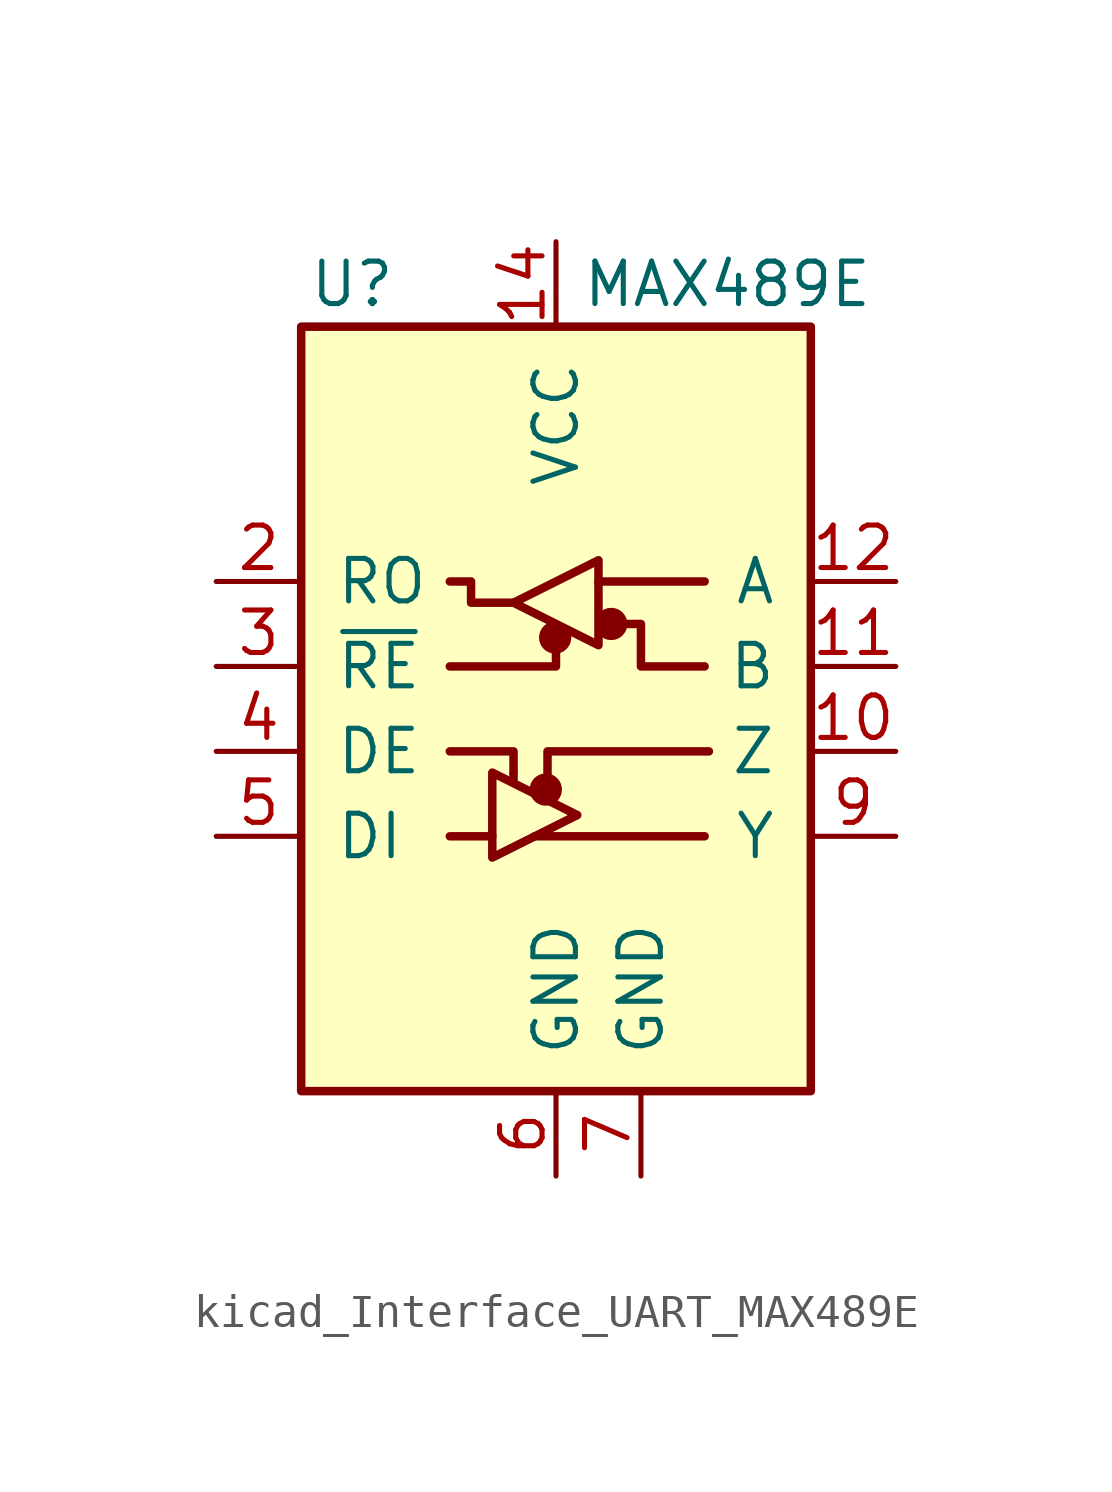
<source format=kicad_sym>
(kicad_symbol_lib
  (version 20220914)
  (generator kicad_symbol_editor)
  (symbol "kicad_Interface_UART_MAX489E"
    (pin_names
      (offset 1.016))
    (property "Reference" "U"
      (at -6.096 11.43 0)
      (effects (font (size 1.27 1.27))))
    (property "Value" "MAX489E"
      (at 0.762 11.43 0)
      (effects (font (size 1.27 1.27)) (justify left)))
    (symbol "kicad_Interface_UART_MAX489E_0_1"
      (rectangle (start -7.62 10.16) (end 7.62 -12.7) (stroke (width 0.254) (type default)) (fill (type background)))
      (circle (center -0.305 -3.683) (radius 0.356) (stroke (width 0.254) (type default)) (fill (type outline)))
      (circle (center -0.025 0.864) (radius 0.356) (stroke (width 0.254) (type default)) (fill (type outline)))
      (polyline (pts (xy -3.175 -5.08) (xy -1.905 -5.08)) (stroke (width 0.254) (type default)) (fill (type none)))
      (polyline (pts (xy -1.27 -3.2) (xy -1.27 -3.454)) (stroke (width 0.254) (type default)) (fill (type none)))
      (polyline (pts (xy -0.635 -5.08) (xy 4.445 -5.08)) (stroke (width 0.254) (type default)) (fill (type none)))
      (polyline (pts (xy 1.27 2.54) (xy 4.445 2.54)) (stroke (width 0.254) (type default)) (fill (type none)))
      (polyline (pts (xy -3.175 -2.54) (xy -1.27 -2.54) (xy -1.27 -3.175)) (stroke (width 0.254) (type default)) (fill (type none)))
      (polyline (pts (xy -0.254 -3.556) (xy -0.254 -2.54) (xy 4.572 -2.54)) (stroke (width 0.254) (type default)) (fill (type none)))
      (polyline (pts (xy 0 0.635) (xy 0 0) (xy -3.175 0)) (stroke (width 0.254) (type default)) (fill (type none)))
      (polyline (pts (xy -1.905 -3.175) (xy -1.905 -5.715) (xy 0.635 -4.445) (xy -1.905 -3.175)) (stroke (width 0.254) (type default)) (fill (type none)))
      (polyline (pts (xy -1.27 1.905) (xy -2.54 1.905) (xy -2.54 2.54) (xy -3.175 2.54)) (stroke (width 0.254) (type default)) (fill (type none)))
      (polyline (pts (xy -1.27 1.905) (xy 1.27 3.175) (xy 1.27 0.635) (xy -1.27 1.905)) (stroke (width 0.254) (type default)) (fill (type none)))
      (polyline (pts (xy 1.905 1.27) (xy 2.54 1.27) (xy 2.54 0) (xy 4.445 0)) (stroke (width 0.254) (type default)) (fill (type none)))
      (circle (center 1.651 1.27) (radius 0.356) (stroke (width 0.254) (type default)) (fill (type outline))))
    (symbol "kicad_Interface_UART_MAX489E_1_1"
      (pin no_connect line (at -7.62 7.62 0) (length 2.54) hide (name "NC" (effects (font (size 1.27 1.27)))) (number "1" (effects (font (size 1.27 1.27)))))
      (pin output line (at 10.16 -2.54 180) (length 2.54) (name "Z" (effects (font (size 1.27 1.27)))) (number "10" (effects (font (size 1.27 1.27)))))
      (pin input line (at 10.16 0 180) (length 2.54) (name "B" (effects (font (size 1.27 1.27)))) (number "11" (effects (font (size 1.27 1.27)))))
      (pin input line (at 10.16 2.54 180) (length 2.54) (name "A" (effects (font (size 1.27 1.27)))) (number "12" (effects (font (size 1.27 1.27)))))
      (pin no_connect line (at 7.62 7.62 180) (length 2.54) hide (name "NC" (effects (font (size 1.27 1.27)))) (number "13" (effects (font (size 1.27 1.27)))))
      (pin power_in line (at 0 12.7 270) (length 2.54) (name "VCC" (effects (font (size 1.27 1.27)))) (number "14" (effects (font (size 1.27 1.27)))))
      (pin output line (at -10.16 2.54 0) (length 2.54) (name "RO" (effects (font (size 1.27 1.27)))) (number "2" (effects (font (size 1.27 1.27)))))
      (pin input line (at -10.16 0 0) (length 2.54) (name "~{RE}" (effects (font (size 1.27 1.27)))) (number "3" (effects (font (size 1.27 1.27)))))
      (pin input line (at -10.16 -2.54 0) (length 2.54) (name "DE" (effects (font (size 1.27 1.27)))) (number "4" (effects (font (size 1.27 1.27)))))
      (pin input line (at -10.16 -5.08 0) (length 2.54) (name "DI" (effects (font (size 1.27 1.27)))) (number "5" (effects (font (size 1.27 1.27)))))
      (pin power_in line (at 0 -15.24 90) (length 2.54) (name "GND" (effects (font (size 1.27 1.27)))) (number "6" (effects (font (size 1.27 1.27)))))
      (pin power_in line (at 2.54 -15.24 90) (length 2.54) (name "GND" (effects (font (size 1.27 1.27)))) (number "7" (effects (font (size 1.27 1.27)))))
      (pin no_connect line (at 7.62 -10.16 180) (length 2.54) hide (name "NC" (effects (font (size 1.27 1.27)))) (number "8" (effects (font (size 1.27 1.27)))))
      (pin output line (at 10.16 -5.08 180) (length 2.54) (name "Y" (effects (font (size 1.27 1.27)))) (number "9" (effects (font (size 1.27 1.27))))))))
</source>
